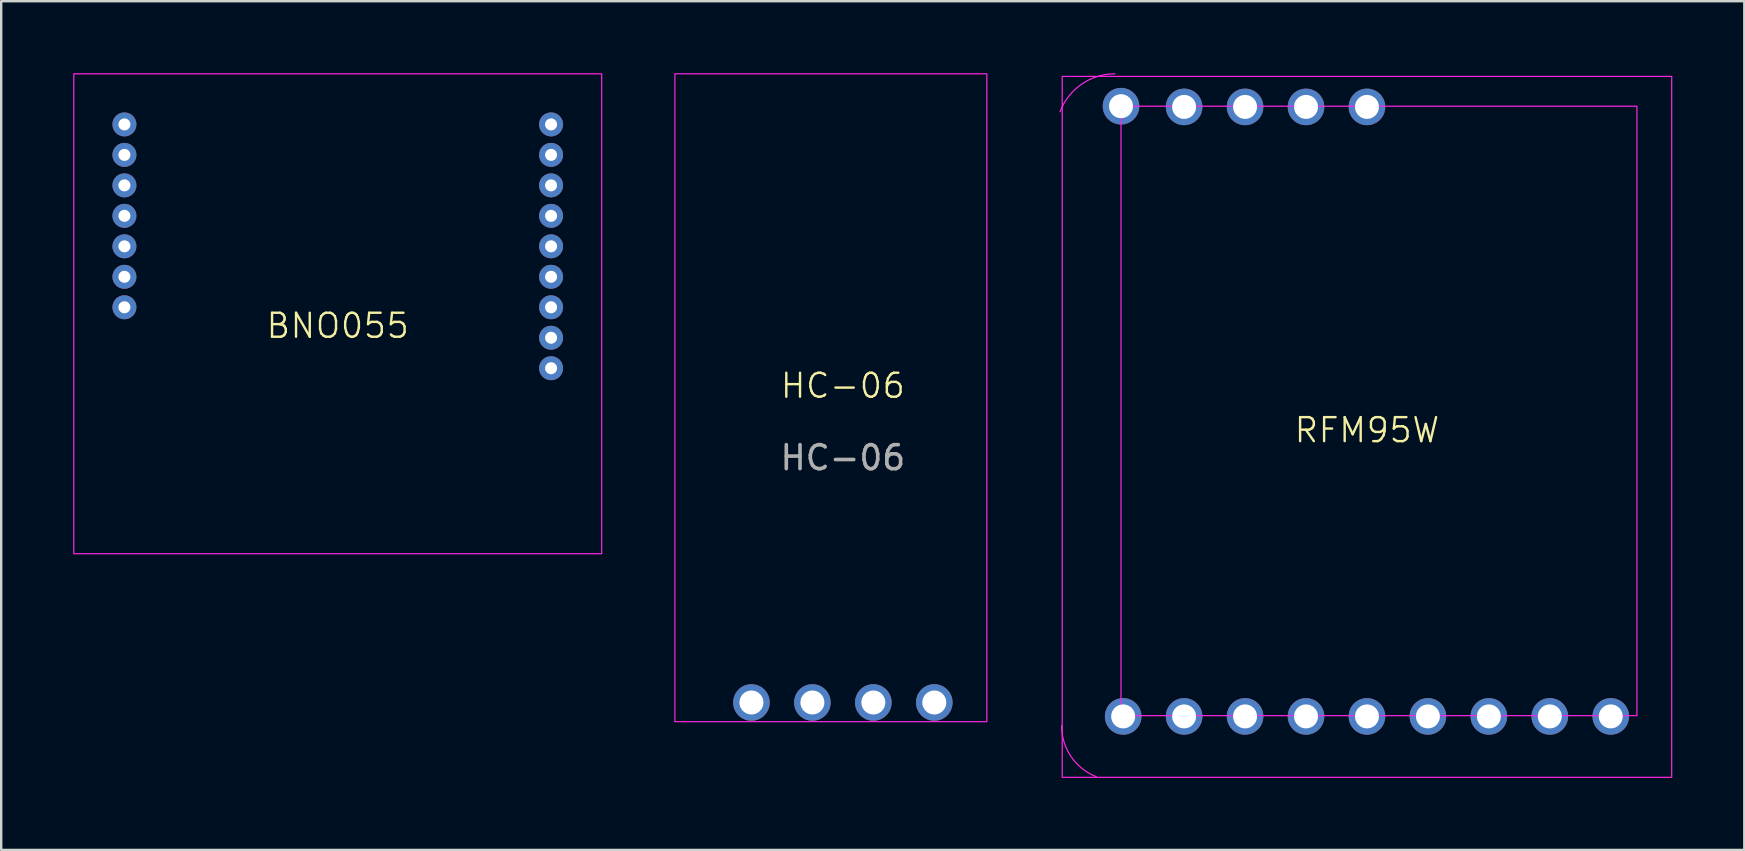
<source format=kicad_pcb>
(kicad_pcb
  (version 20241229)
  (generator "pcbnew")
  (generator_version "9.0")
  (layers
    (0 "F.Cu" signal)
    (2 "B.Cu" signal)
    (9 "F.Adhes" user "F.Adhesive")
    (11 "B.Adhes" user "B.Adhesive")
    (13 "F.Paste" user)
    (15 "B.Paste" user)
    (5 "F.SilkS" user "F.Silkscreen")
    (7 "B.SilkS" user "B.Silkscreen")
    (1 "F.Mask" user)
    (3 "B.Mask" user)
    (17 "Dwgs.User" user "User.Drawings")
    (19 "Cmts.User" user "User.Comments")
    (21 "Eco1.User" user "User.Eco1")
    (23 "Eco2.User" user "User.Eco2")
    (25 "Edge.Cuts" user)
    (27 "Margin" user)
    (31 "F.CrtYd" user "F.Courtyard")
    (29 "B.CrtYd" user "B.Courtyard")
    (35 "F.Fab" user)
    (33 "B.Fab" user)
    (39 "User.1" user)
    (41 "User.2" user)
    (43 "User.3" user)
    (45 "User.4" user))
  (footprint "BNO055"
    (layer "F.Cu")
    (at 11.025 11.025)
    (property "Reference" "BNO055" (at 0 -0.5 0) (unlocked yes) (layer "F.SilkS") (effects (font (size 1 1) (thickness 0.1))))
    (attr through_hole)
    (fp_rect (start -11 -11) (end 11 9) (stroke (width 0.05) (type default)) (fill no) (layer "F.CrtYd"))
    (pad "1" thru_hole circle (at -8.89 -8.89) (size 1 1) (drill 0.5) (layers "*.Cu" "*.Mask"))
    (pad "2" thru_hole circle (at -8.89 -7.62) (size 1 1) (drill 0.5) (layers "*.Cu" "*.Mask"))
    (pad "3" thru_hole circle (at -8.89 -6.35) (size 1 1) (drill 0.5) (layers "*.Cu" "*.Mask"))
    (pad "4" thru_hole circle (at -8.89 -5.08) (size 1 1) (drill 0.5) (layers "*.Cu" "*.Mask"))
    (pad "5" thru_hole circle (at -8.89 -3.81) (size 1 1) (drill 0.5) (layers "*.Cu" "*.Mask"))
    (pad "6" thru_hole circle (at -8.89 -2.54) (size 1 1) (drill 0.5) (layers "*.Cu" "*.Mask"))
    (pad "7" thru_hole circle (at -8.89 -1.27) (size 1 1) (drill 0.5) (layers "*.Cu" "*.Mask"))
    (pad "8" thru_hole circle (at 8.89 1.27) (size 1 1) (drill 0.5) (layers "*.Cu" "*.Mask"))
    (pad "9" thru_hole circle (at 8.89 0) (size 1 1) (drill 0.5) (layers "*.Cu" "*.Mask"))
    (pad "10" thru_hole circle (at 8.89 -1.27) (size 1 1) (drill 0.5) (layers "*.Cu" "*.Mask"))
    (pad "11" thru_hole circle (at 8.89 -2.54) (size 1 1) (drill 0.5) (layers "*.Cu" "*.Mask"))
    (pad "12" thru_hole circle (at 8.89 -3.81) (size 1 1) (drill 0.5) (layers "*.Cu" "*.Mask"))
    (pad "13" thru_hole circle (at 8.89 -5.08) (size 1 1) (drill 0.5) (layers "*.Cu" "*.Mask"))
    (pad "14" thru_hole circle (at 8.89 -6.35) (size 1 1) (drill 0.5) (layers "*.Cu" "*.Mask"))
    (pad "15" thru_hole circle (at 8.89 -7.62) (size 1 1) (drill 0.5) (layers "*.Cu" "*.Mask"))
    (pad "16" thru_hole circle (at 8.89 -8.89) (size 1 1) (drill 0.5) (layers "*.Cu" "*.Mask")))
  (footprint "RFM95W"
    (layer "F.Cu")
    (at 53.916 15.375)
    (property "Reference" "RFM95W" (at 0 -0.5 0) (unlocked yes) (layer "F.SilkS") (effects (font (size 1 1) (thickness 0.1))))
    (attr through_hole)
    (fp_rect (start -12.7 -15.24) (end 12.7 13.97) (stroke (width 0.05) (type default)) (fill no) (layer "F.CrtYd"))
    (fp_rect (start -10.25 -14) (end 11.25 11.4) (stroke (width 0.05) (type default)) (fill no) (layer "F.CrtYd"))
    (fp_arc (start -12.790744 -13.768903) (mid -11.891705 -14.916347) (end -10.5 -15.35) (stroke (width 0.05) (type default)) (layer "F.CrtYd"))
    (fp_arc (start -11.273361 13.945779) (mid -12.327335 13.110006) (end -12.725 11.825) (stroke (width 0.05) (type default)) (layer "F.CrtYd"))
    (pad "1" thru_hole circle (at -10.16 11.43) (size 1.524 1.524) (drill 1) (layers "*.Cu" "*.Mask"))
    (pad "2" thru_hole circle (at -7.62 11.43) (size 1.524 1.524) (drill 1) (layers "*.Cu" "*.Mask"))
    (pad "3" thru_hole circle (at -5.08 11.43) (size 1.524 1.524) (drill 1) (layers "*.Cu" "*.Mask"))
    (pad "4" thru_hole circle (at -2.54 11.43) (size 1.524 1.524) (drill 1) (layers "*.Cu" "*.Mask"))
    (pad "5" thru_hole circle (at 0 11.43) (size 1.524 1.524) (drill 1) (layers "*.Cu" "*.Mask"))
    (pad "6" thru_hole circle (at 2.54 11.43) (size 1.524 1.524) (drill 1) (layers "*.Cu" "*.Mask"))
    (pad "7" thru_hole circle (at 5.08 11.43) (size 1.524 1.524) (drill 1) (layers "*.Cu" "*.Mask"))
    (pad "8" thru_hole circle (at 7.62 11.43) (size 1.524 1.524) (drill 1) (layers "*.Cu" "*.Mask"))
    (pad "9" thru_hole circle (at 10.16 11.43) (size 1.524 1.524) (drill 1) (layers "*.Cu" "*.Mask"))
    (pad "10" thru_hole circle (at -10.25 -14) (size 1.524 1.524) (drill 1) (layers "*.Cu" "*.Mask"))
    (pad "11" thru_hole circle (at -7.62 -13.97) (size 1.524 1.524) (drill 1) (layers "*.Cu" "*.Mask"))
    (pad "12" thru_hole circle (at -5.08 -13.97) (size 1.524 1.524) (drill 1) (layers "*.Cu" "*.Mask"))
    (pad "13" thru_hole circle (at -2.54 -13.97) (size 1.524 1.524) (drill 1) (layers "*.Cu" "*.Mask"))
    (pad "14" thru_hole circle (at 0 -13.97) (size 1.524 1.524) (drill 1) (layers "*.Cu" "*.Mask")))
  (footprint "HC-06"
    (layer "F.Cu")
    (at 32.075 13.525)
    (property "Reference" "HC-06" (at 0 -0.5 0) (unlocked yes) (layer "F.SilkS") (effects (font (size 1 1) (thickness 0.1))))
    (attr through_hole)
    (fp_rect (start -7 -13.5) (end 6 13.5) (stroke (width 0.05) (type default)) (fill no) (layer "F.CrtYd"))
    (fp_text user "${REFERENCE}" (at 0 2.5 0) (unlocked yes) (layer "F.Fab") (effects (font (size 1 1) (thickness 0.15))))
    (pad "1" thru_hole circle (at -3.81 12.7) (size 1.524 1.524) (drill 1) (layers "*.Cu" "*.Mask"))
    (pad "2" thru_hole circle (at -1.27 12.7) (size 1.524 1.524) (drill 1) (layers "*.Cu" "*.Mask"))
    (pad "3" thru_hole circle (at 1.27 12.7) (size 1.524 1.524) (drill 1) (layers "*.Cu" "*.Mask"))
    (pad "4" thru_hole circle (at 3.81 12.7) (size 1.524 1.524) (drill 1) (layers "*.Cu" "*.Mask")))
  (gr_rect
    (start -3 -3)
    (end 69.641 32.37)
    (stroke (width 0.1) (type default))
    (fill no)
    (layer "Edge.Cuts")))
</source>
